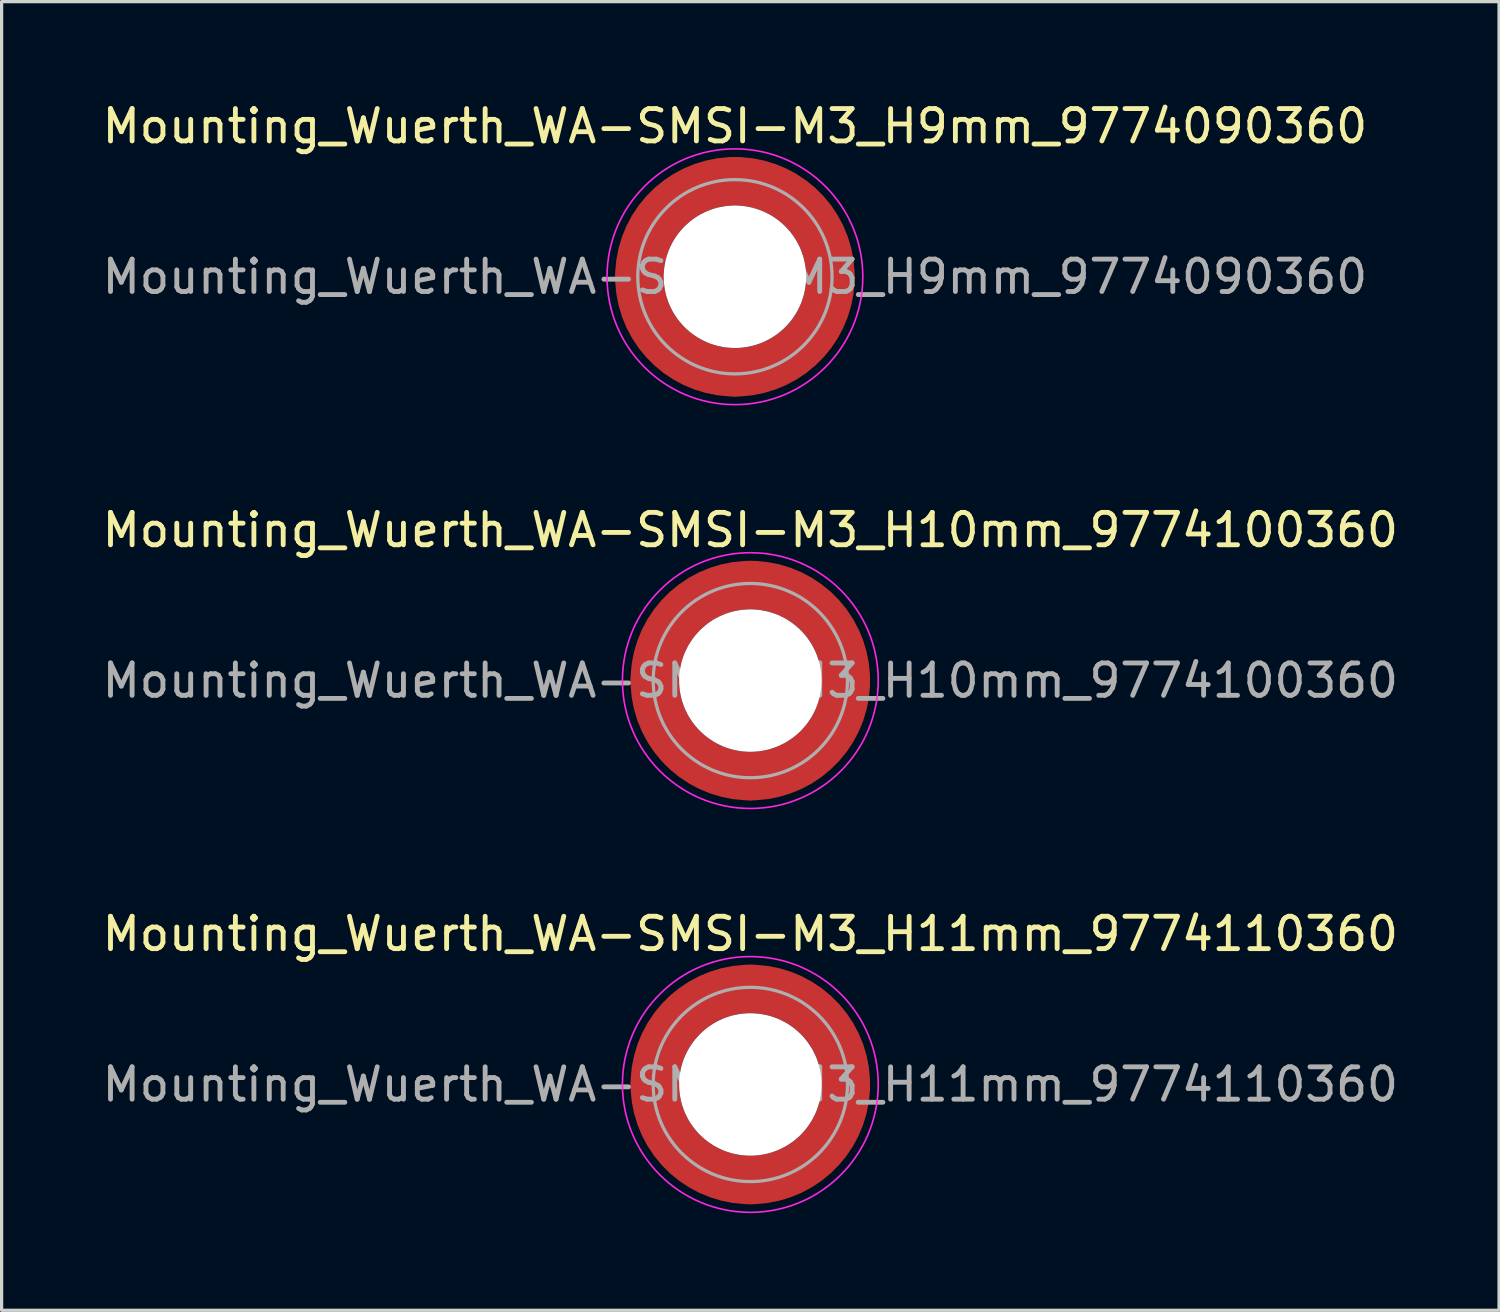
<source format=kicad_pcb>
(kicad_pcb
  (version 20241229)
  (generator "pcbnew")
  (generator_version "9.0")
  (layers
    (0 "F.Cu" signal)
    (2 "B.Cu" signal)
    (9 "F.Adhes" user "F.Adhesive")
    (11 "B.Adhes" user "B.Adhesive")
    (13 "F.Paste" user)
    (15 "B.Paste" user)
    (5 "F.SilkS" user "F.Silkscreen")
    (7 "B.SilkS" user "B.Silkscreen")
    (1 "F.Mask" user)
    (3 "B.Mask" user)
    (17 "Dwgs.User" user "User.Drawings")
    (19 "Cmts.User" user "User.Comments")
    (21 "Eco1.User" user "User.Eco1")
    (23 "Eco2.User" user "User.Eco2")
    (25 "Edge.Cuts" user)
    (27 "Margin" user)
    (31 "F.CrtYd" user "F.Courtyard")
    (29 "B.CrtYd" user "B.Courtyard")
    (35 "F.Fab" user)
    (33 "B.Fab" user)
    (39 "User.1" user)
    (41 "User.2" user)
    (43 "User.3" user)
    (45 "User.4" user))
  (footprint "Mounting_Wuerth_WA-SMSI-M3_H9mm_9774090360"
    (layer "F.Cu")
    (at 19.649 5.498)
    (property "Reference" "Mounting_Wuerth_WA-SMSI-M3_H9mm_9774090360" (at 0 -4.65 0) (layer "F.SilkS") (effects (font (size 1 1) (thickness 0.15))))
    (attr smd)
    (fp_circle (center 0 0) (end 3.95 0) (stroke (width 0.05) (type solid)) (fill no) (layer "F.CrtYd"))
    (fp_circle (center 0 0) (end 3 0) (stroke (width 0.1) (type solid)) (fill no) (layer "F.Fab"))
    (fp_text user "${REFERENCE}" (at 0 0 0) (layer "F.Fab") (effects (font (size 1 1) (thickness 0.15))))
    (pad "" smd custom (at -2.058 -2.058) (size 1.1 1.1) (layers "F.Paste") (options (anchor circle)) (primitives (gr_arc (start -0.524489 1.532681) (mid 0.194454 0.194454) (end 1.532681 -0.524489) (width 0.55)) (gr_arc (start -0.804569 1.532681) (mid 0 0) (end 1.532681 -0.804569) (width 0.55)) (gr_arc (start -1.083752 1.532681) (mid -0.194454 -0.194454) (end 1.532681 -1.083752) (width 0.55)) (gr_line (start 1.533 -0.524) (end 1.533 -1.084) (width 0.55)) (gr_line (start -0.524 1.533) (end -1.084 1.533) (width 0.55))))
    (pad "" smd custom (at -2.058 2.058) (size 1.1 1.1) (layers "F.Paste") (options (anchor circle)) (primitives (gr_arc (start 1.532681 0.524489) (mid 0.194454 -0.194454) (end -0.524489 -1.532681) (width 0.55)) (gr_arc (start 1.532681 0.804569) (mid 0 0) (end -0.804569 -1.532681) (width 0.55)) (gr_arc (start 1.532681 1.083752) (mid -0.194454 0.194454) (end -1.083752 -1.532681) (width 0.55)) (gr_line (start -0.524 -1.533) (end -1.084 -1.533) (width 0.55)) (gr_line (start 1.533 0.524) (end 1.533 1.084) (width 0.55))))
    (pad "" np_thru_hole circle (at 0 0) (size 4.4 4.4) (drill 4.4) (layers "*.Cu" "*.Mask"))
    (pad "" smd custom (at 2.058 -2.058) (size 1.1 1.1) (layers "F.Paste") (options (anchor circle)) (primitives (gr_arc (start -1.532681 -0.524489) (mid -0.194454 0.194454) (end 0.524489 1.532681) (width 0.55)) (gr_arc (start -1.532681 -0.804569) (mid 0 0) (end 0.804569 1.532681) (width 0.55)) (gr_arc (start -1.532681 -1.083752) (mid 0.194454 -0.194454) (end 1.083752 1.532681) (width 0.55)) (gr_line (start 0.524 1.533) (end 1.084 1.533) (width 0.55)) (gr_line (start -1.533 -0.524) (end -1.533 -1.084) (width 0.55))))
    (pad "" smd custom (at 2.058 2.058) (size 1.1 1.1) (layers "F.Paste") (options (anchor circle)) (primitives (gr_arc (start 0.524489 -1.532681) (mid -0.194454 -0.194454) (end -1.532681 0.524489) (width 0.55)) (gr_arc (start 0.804569 -1.532681) (mid 0 0) (end -1.532681 0.804569) (width 0.55)) (gr_arc (start 1.083752 -1.532681) (mid 0.194454 0.194454) (end -1.532681 1.083752) (width 0.55)) (gr_line (start -1.533 0.524) (end -1.533 1.084) (width 0.55)) (gr_line (start 0.524 -1.533) (end 1.084 -1.533) (width 0.55))))
    (pad "1" smd circle (at -2.95 0) (size 1.5 1.5) (layers "F.Cu"))
    (pad "1" smd circle (at 0 -2.95) (size 1.5 1.5) (layers "F.Cu"))
    (pad "1" smd circle (at 0 2.95) (size 1.5 1.5) (layers "F.Cu"))
    (pad "1" smd custom (at 2.95 0) (size 1.5 1.5) (layers "F.Cu" "F.Mask") (options (anchor circle)) (primitives (gr_circle (center -2.95 0) (end 0 0) (width 1.5) (fill no)))))
  (footprint "Mounting_Wuerth_WA-SMSI-M3_H10mm_9774100360"
    (layer "F.Cu")
    (at 20.125 17.971)
    (property "Reference" "Mounting_Wuerth_WA-SMSI-M3_H10mm_9774100360" (at 0 -4.65 0) (layer "F.SilkS") (effects (font (size 1 1) (thickness 0.15))))
    (attr smd)
    (fp_circle (center 0 0) (end 3.95 0) (stroke (width 0.05) (type solid)) (fill no) (layer "F.CrtYd"))
    (fp_circle (center 0 0) (end 3 0) (stroke (width 0.1) (type solid)) (fill no) (layer "F.Fab"))
    (fp_text user "${REFERENCE}" (at 0 0 0) (layer "F.Fab") (effects (font (size 1 1) (thickness 0.15))))
    (pad "" smd custom (at -2.058 -2.058) (size 1.1 1.1) (layers "F.Paste") (options (anchor circle)) (primitives (gr_arc (start -0.524489 1.532681) (mid 0.194454 0.194454) (end 1.532681 -0.524489) (width 0.55)) (gr_arc (start -0.804569 1.532681) (mid 0 0) (end 1.532681 -0.804569) (width 0.55)) (gr_arc (start -1.083752 1.532681) (mid -0.194454 -0.194454) (end 1.532681 -1.083752) (width 0.55)) (gr_line (start 1.533 -0.524) (end 1.533 -1.084) (width 0.55)) (gr_line (start -0.524 1.533) (end -1.084 1.533) (width 0.55))))
    (pad "" smd custom (at -2.058 2.058) (size 1.1 1.1) (layers "F.Paste") (options (anchor circle)) (primitives (gr_arc (start 1.532681 0.524489) (mid 0.194454 -0.194454) (end -0.524489 -1.532681) (width 0.55)) (gr_arc (start 1.532681 0.804569) (mid 0 0) (end -0.804569 -1.532681) (width 0.55)) (gr_arc (start 1.532681 1.083752) (mid -0.194454 0.194454) (end -1.083752 -1.532681) (width 0.55)) (gr_line (start -0.524 -1.533) (end -1.084 -1.533) (width 0.55)) (gr_line (start 1.533 0.524) (end 1.533 1.084) (width 0.55))))
    (pad "" np_thru_hole circle (at 0 0) (size 4.4 4.4) (drill 4.4) (layers "*.Cu" "*.Mask"))
    (pad "" smd custom (at 2.058 -2.058) (size 1.1 1.1) (layers "F.Paste") (options (anchor circle)) (primitives (gr_arc (start -1.532681 -0.524489) (mid -0.194454 0.194454) (end 0.524489 1.532681) (width 0.55)) (gr_arc (start -1.532681 -0.804569) (mid 0 0) (end 0.804569 1.532681) (width 0.55)) (gr_arc (start -1.532681 -1.083752) (mid 0.194454 -0.194454) (end 1.083752 1.532681) (width 0.55)) (gr_line (start 0.524 1.533) (end 1.084 1.533) (width 0.55)) (gr_line (start -1.533 -0.524) (end -1.533 -1.084) (width 0.55))))
    (pad "" smd custom (at 2.058 2.058) (size 1.1 1.1) (layers "F.Paste") (options (anchor circle)) (primitives (gr_arc (start 0.524489 -1.532681) (mid -0.194454 -0.194454) (end -1.532681 0.524489) (width 0.55)) (gr_arc (start 0.804569 -1.532681) (mid 0 0) (end -1.532681 0.804569) (width 0.55)) (gr_arc (start 1.083752 -1.532681) (mid 0.194454 0.194454) (end -1.532681 1.083752) (width 0.55)) (gr_line (start -1.533 0.524) (end -1.533 1.084) (width 0.55)) (gr_line (start 0.524 -1.533) (end 1.084 -1.533) (width 0.55))))
    (pad "1" smd circle (at -2.95 0) (size 1.5 1.5) (layers "F.Cu"))
    (pad "1" smd circle (at 0 -2.95) (size 1.5 1.5) (layers "F.Cu"))
    (pad "1" smd circle (at 0 2.95) (size 1.5 1.5) (layers "F.Cu"))
    (pad "1" smd custom (at 2.95 0) (size 1.5 1.5) (layers "F.Cu" "F.Mask") (options (anchor circle)) (primitives (gr_circle (center -2.95 0) (end 0 0) (width 1.5) (fill no)))))
  (footprint "Mounting_Wuerth_WA-SMSI-M3_H11mm_9774110360"
    (layer "F.Cu")
    (at 20.125 30.445)
    (property "Reference" "Mounting_Wuerth_WA-SMSI-M3_H11mm_9774110360" (at 0 -4.65 0) (layer "F.SilkS") (effects (font (size 1 1) (thickness 0.15))))
    (attr smd)
    (fp_circle (center 0 0) (end 3.95 0) (stroke (width 0.05) (type solid)) (fill no) (layer "F.CrtYd"))
    (fp_circle (center 0 0) (end 3 0) (stroke (width 0.1) (type solid)) (fill no) (layer "F.Fab"))
    (fp_text user "${REFERENCE}" (at 0 0 0) (layer "F.Fab") (effects (font (size 1 1) (thickness 0.15))))
    (pad "" smd custom (at -2.058 -2.058) (size 1.1 1.1) (layers "F.Paste") (options (anchor circle)) (primitives (gr_arc (start -0.377294 1.707681) (mid 0.318198 0.318198) (end 1.707681 -0.377294) (width 0.2)) (gr_arc (start -0.478281 1.707681) (mid 0.247487 0.247487) (end 1.707681 -0.478281) (width 0.2)) (gr_arc (start -0.579192 1.707681) (mid 0.176777 0.176777) (end 1.707681 -0.579192) (width 0.2)) (gr_arc (start -0.680037 1.707681) (mid 0.106066 0.106066) (end 1.707681 -0.680037) (width 0.2)) (gr_arc (start -0.780822 1.707681) (mid 0.035356 0.035356) (end 1.707681 -0.780822) (width 0.2)) (gr_arc (start -0.881554 1.707681) (mid -0.035355 -0.035355) (end 1.707681 -0.881554) (width 0.2)) (gr_arc (start -0.982237 1.707681) (mid -0.106066 -0.106066) (end 1.707681 -0.982237) (width 0.2)) (gr_arc (start -1.082877 1.707681) (mid -0.176777 -0.176777) (end 1.707681 -1.082877) (width 0.2)) (gr_arc (start -1.183476 1.707681) (mid -0.247487 -0.247487) (end 1.707681 -1.183476) (width 0.2)) (gr_arc (start -1.28404 1.707681) (mid -0.318198 -0.318198) (end 1.707681 -1.28404) (width 0.2)) (gr_line (start 1.708 -0.377) (end 1.708 -1.284) (width 0.2)) (gr_line (start -0.377 1.708) (end -1.284 1.708) (width 0.2))))
    (pad "" smd custom (at -2.058 2.058) (size 1.1 1.1) (layers "F.Paste") (options (anchor circle)) (primitives (gr_arc (start 1.707681 0.377294) (mid 0.318198 -0.318198) (end -0.377294 -1.707681) (width 0.2)) (gr_arc (start 1.707681 0.478281) (mid 0.247487 -0.247487) (end -0.478281 -1.707681) (width 0.2)) (gr_arc (start 1.707681 0.579192) (mid 0.176777 -0.176777) (end -0.579192 -1.707681) (width 0.2)) (gr_arc (start 1.707681 0.680037) (mid 0.106066 -0.106066) (end -0.680037 -1.707681) (width 0.2)) (gr_arc (start 1.707681 0.780822) (mid 0.035356 -0.035356) (end -0.780822 -1.707681) (width 0.2)) (gr_arc (start 1.707681 0.881554) (mid -0.035355 0.035355) (end -0.881554 -1.707681) (width 0.2)) (gr_arc (start 1.707681 0.982237) (mid -0.106066 0.106066) (end -0.982237 -1.707681) (width 0.2)) (gr_arc (start 1.707681 1.082877) (mid -0.176777 0.176777) (end -1.082877 -1.707681) (width 0.2)) (gr_arc (start 1.707681 1.183476) (mid -0.247487 0.247487) (end -1.183476 -1.707681) (width 0.2)) (gr_arc (start 1.707681 1.28404) (mid -0.318198 0.318198) (end -1.28404 -1.707681) (width 0.2)) (gr_line (start -0.377 -1.708) (end -1.284 -1.708) (width 0.2)) (gr_line (start 1.708 0.377) (end 1.708 1.284) (width 0.2))))
    (pad "" np_thru_hole circle (at 0 0) (size 4.4 4.4) (drill 4.4) (layers "*.Cu" "*.Mask"))
    (pad "" smd custom (at 2.058 -2.058) (size 1.1 1.1) (layers "F.Paste") (options (anchor circle)) (primitives (gr_arc (start -1.707681 -0.377294) (mid -0.318198 0.318198) (end 0.377294 1.707681) (width 0.2)) (gr_arc (start -1.707681 -0.478281) (mid -0.247487 0.247487) (end 0.478281 1.707681) (width 0.2)) (gr_arc (start -1.707681 -0.579192) (mid -0.176777 0.176777) (end 0.579192 1.707681) (width 0.2)) (gr_arc (start -1.707681 -0.680037) (mid -0.106066 0.106066) (end 0.680037 1.707681) (width 0.2)) (gr_arc (start -1.707681 -0.780822) (mid -0.035356 0.035356) (end 0.780822 1.707681) (width 0.2)) (gr_arc (start -1.707681 -0.881554) (mid 0.035355 -0.035355) (end 0.881554 1.707681) (width 0.2)) (gr_arc (start -1.707681 -0.982237) (mid 0.106066 -0.106066) (end 0.982237 1.707681) (width 0.2)) (gr_arc (start -1.707681 -1.082877) (mid 0.176777 -0.176777) (end 1.082877 1.707681) (width 0.2)) (gr_arc (start -1.707681 -1.183476) (mid 0.247487 -0.247487) (end 1.183476 1.707681) (width 0.2)) (gr_arc (start -1.707681 -1.28404) (mid 0.318198 -0.318198) (end 1.28404 1.707681) (width 0.2)) (gr_line (start 0.377 1.708) (end 1.284 1.708) (width 0.2)) (gr_line (start -1.708 -0.377) (end -1.708 -1.284) (width 0.2))))
    (pad "" smd custom (at 2.058 2.058) (size 1.1 1.1) (layers "F.Paste") (options (anchor circle)) (primitives (gr_arc (start 0.377294 -1.707681) (mid -0.318198 -0.318198) (end -1.707681 0.377294) (width 0.2)) (gr_arc (start 0.478281 -1.707681) (mid -0.247487 -0.247487) (end -1.707681 0.478281) (width 0.2)) (gr_arc (start 0.579192 -1.707681) (mid -0.176777 -0.176777) (end -1.707681 0.579192) (width 0.2)) (gr_arc (start 0.680037 -1.707681) (mid -0.106066 -0.106066) (end -1.707681 0.680037) (width 0.2)) (gr_arc (start 0.780822 -1.707681) (mid -0.035356 -0.035356) (end -1.707681 0.780822) (width 0.2)) (gr_arc (start 0.881554 -1.707681) (mid 0.035355 0.035355) (end -1.707681 0.881554) (width 0.2)) (gr_arc (start 0.982237 -1.707681) (mid 0.106066 0.106066) (end -1.707681 0.982237) (width 0.2)) (gr_arc (start 1.082877 -1.707681) (mid 0.176777 0.176777) (end -1.707681 1.082877) (width 0.2)) (gr_arc (start 1.183476 -1.707681) (mid 0.247487 0.247487) (end -1.707681 1.183476) (width 0.2)) (gr_arc (start 1.28404 -1.707681) (mid 0.318198 0.318198) (end -1.707681 1.28404) (width 0.2)) (gr_line (start -1.708 0.377) (end -1.708 1.284) (width 0.2)) (gr_line (start 0.377 -1.708) (end 1.284 -1.708) (width 0.2))))
    (pad "1" smd circle (at -2.95 0) (size 1.5 1.5) (layers "F.Cu"))
    (pad "1" smd circle (at 0 -2.95) (size 1.5 1.5) (layers "F.Cu"))
    (pad "1" smd circle (at 0 2.95) (size 1.5 1.5) (layers "F.Cu"))
    (pad "1" smd custom (at 2.95 0) (size 1.5 1.5) (layers "F.Cu" "F.Mask") (options (anchor circle)) (primitives (gr_circle (center -2.95 0) (end 0 0) (width 1.5) (fill no)))))
  (gr_rect
    (start -3 -3)
    (end 43.25 37.42)
    (stroke (width 0.1) (type default))
    (fill no)
    (layer "Edge.Cuts")))
</source>
